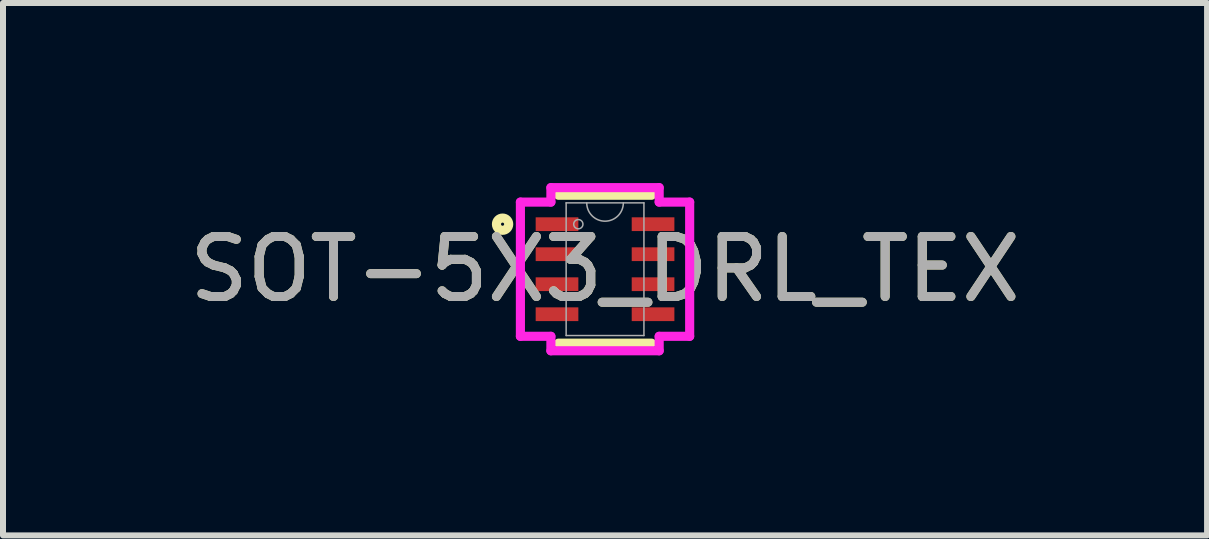
<source format=kicad_pcb>
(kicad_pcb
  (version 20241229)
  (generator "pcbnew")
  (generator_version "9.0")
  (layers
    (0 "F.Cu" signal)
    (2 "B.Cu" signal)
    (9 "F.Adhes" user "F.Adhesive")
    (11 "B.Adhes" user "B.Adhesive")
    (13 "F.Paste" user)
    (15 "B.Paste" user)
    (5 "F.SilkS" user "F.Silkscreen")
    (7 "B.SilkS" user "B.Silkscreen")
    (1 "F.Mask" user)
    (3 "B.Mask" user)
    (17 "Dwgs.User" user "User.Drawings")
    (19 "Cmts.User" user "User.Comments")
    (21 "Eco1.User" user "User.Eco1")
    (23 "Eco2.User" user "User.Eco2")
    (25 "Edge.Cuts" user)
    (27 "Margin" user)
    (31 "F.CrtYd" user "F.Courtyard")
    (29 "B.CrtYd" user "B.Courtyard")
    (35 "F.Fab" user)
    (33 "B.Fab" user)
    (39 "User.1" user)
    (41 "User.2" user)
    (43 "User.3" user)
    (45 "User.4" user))
  (footprint "SOT-5X3_DRL_TEX"
    (layer "F.Cu")
    (at 7.03 1.435)
    (property "Reference" "SOT-5X3_DRL_TEX" (at 0 0 0) (unlocked yes) (layer "F.SilkS") (effects (font (size 1 1) (thickness 0.15))))
    (attr smd)
    (fp_line (start -0.775 1.232) (end 0.775 1.232) (stroke (width 0.152) (type solid)) (layer "F.SilkS"))
    (fp_line (start 0.775 -1.232) (end -0.775 -1.232) (stroke (width 0.152) (type solid)) (layer "F.SilkS"))
    (fp_circle (center -1.707 -0.75) (end -1.605 -0.75) (stroke (width 0.152) (type solid)) (fill no) (layer "F.SilkS"))
    (fp_line (start -1.41 -1.118) (end -0.902 -1.118) (stroke (width 0.152) (type solid)) (layer "F.CrtYd"))
    (fp_line (start -1.41 1.118) (end -1.41 -1.118) (stroke (width 0.152) (type solid)) (layer "F.CrtYd"))
    (fp_line (start -1.41 1.118) (end -0.902 1.118) (stroke (width 0.152) (type solid)) (layer "F.CrtYd"))
    (fp_line (start -0.902 -1.359) (end 0.902 -1.359) (stroke (width 0.152) (type solid)) (layer "F.CrtYd"))
    (fp_line (start -0.902 -1.118) (end -0.902 -1.359) (stroke (width 0.152) (type solid)) (layer "F.CrtYd"))
    (fp_line (start -0.902 1.359) (end -0.902 1.118) (stroke (width 0.152) (type solid)) (layer "F.CrtYd"))
    (fp_line (start 0.902 -1.359) (end 0.902 -1.118) (stroke (width 0.152) (type solid)) (layer "F.CrtYd"))
    (fp_line (start 0.902 1.118) (end 0.902 1.359) (stroke (width 0.152) (type solid)) (layer "F.CrtYd"))
    (fp_line (start 0.902 1.359) (end -0.902 1.359) (stroke (width 0.152) (type solid)) (layer "F.CrtYd"))
    (fp_line (start 1.41 -1.118) (end 0.902 -1.118) (stroke (width 0.152) (type solid)) (layer "F.CrtYd"))
    (fp_line (start 1.41 -1.118) (end 1.41 1.118) (stroke (width 0.152) (type solid)) (layer "F.CrtYd"))
    (fp_line (start 1.41 1.118) (end 0.902 1.118) (stroke (width 0.152) (type solid)) (layer "F.CrtYd"))
    (fp_line (start -0.648 -1.105) (end -0.648 1.105) (stroke (width 0.025) (type solid)) (layer "F.Fab"))
    (fp_line (start -0.648 1.105) (end 0.648 1.105) (stroke (width 0.025) (type solid)) (layer "F.Fab"))
    (fp_line (start 0.648 -1.105) (end -0.648 -1.105) (stroke (width 0.025) (type solid)) (layer "F.Fab"))
    (fp_line (start 0.648 1.105) (end 0.648 -1.105) (stroke (width 0.025) (type solid)) (layer "F.Fab"))
    (fp_arc (start 0.3048 -1.1049) (mid 0 -0.8001) (end -0.3048 -1.1049) (stroke (width 0.0254) (type solid)) (layer "F.Fab"))
    (fp_circle (center -0.445 -0.75) (end -0.368 -0.75) (stroke (width 0.025) (type solid)) (fill no) (layer "F.Fab"))
    (fp_text user "${REFERENCE}" (at 0 0 0) (unlocked yes) (layer "F.Fab") (effects (font (size 1 1) (thickness 0.15))))
    (pad "1" smd rect (at -0.8 -0.75) (size 0.711 0.229) (layers "F.Cu" "F.Mask" "F.Paste"))
    (pad "2" smd rect (at -0.8 -0.25) (size 0.711 0.229) (layers "F.Cu" "F.Mask" "F.Paste"))
    (pad "3" smd rect (at -0.8 0.25) (size 0.711 0.229) (layers "F.Cu" "F.Mask" "F.Paste"))
    (pad "4" smd rect (at -0.8 0.75) (size 0.711 0.229) (layers "F.Cu" "F.Mask" "F.Paste"))
    (pad "5" smd rect (at 0.8 0.75) (size 0.711 0.229) (layers "F.Cu" "F.Mask" "F.Paste"))
    (pad "6" smd rect (at 0.8 0.25) (size 0.711 0.229) (layers "F.Cu" "F.Mask" "F.Paste"))
    (pad "7" smd rect (at 0.8 -0.25) (size 0.711 0.229) (layers "F.Cu" "F.Mask" "F.Paste"))
    (pad "8" smd rect (at 0.8 -0.75) (size 0.711 0.229) (layers "F.Cu" "F.Mask" "F.Paste")))
  (gr_rect
    (start -3 -3)
    (end 17.06 5.87)
    (stroke (width 0.1) (type default))
    (fill no)
    (layer "Edge.Cuts")))
</source>
